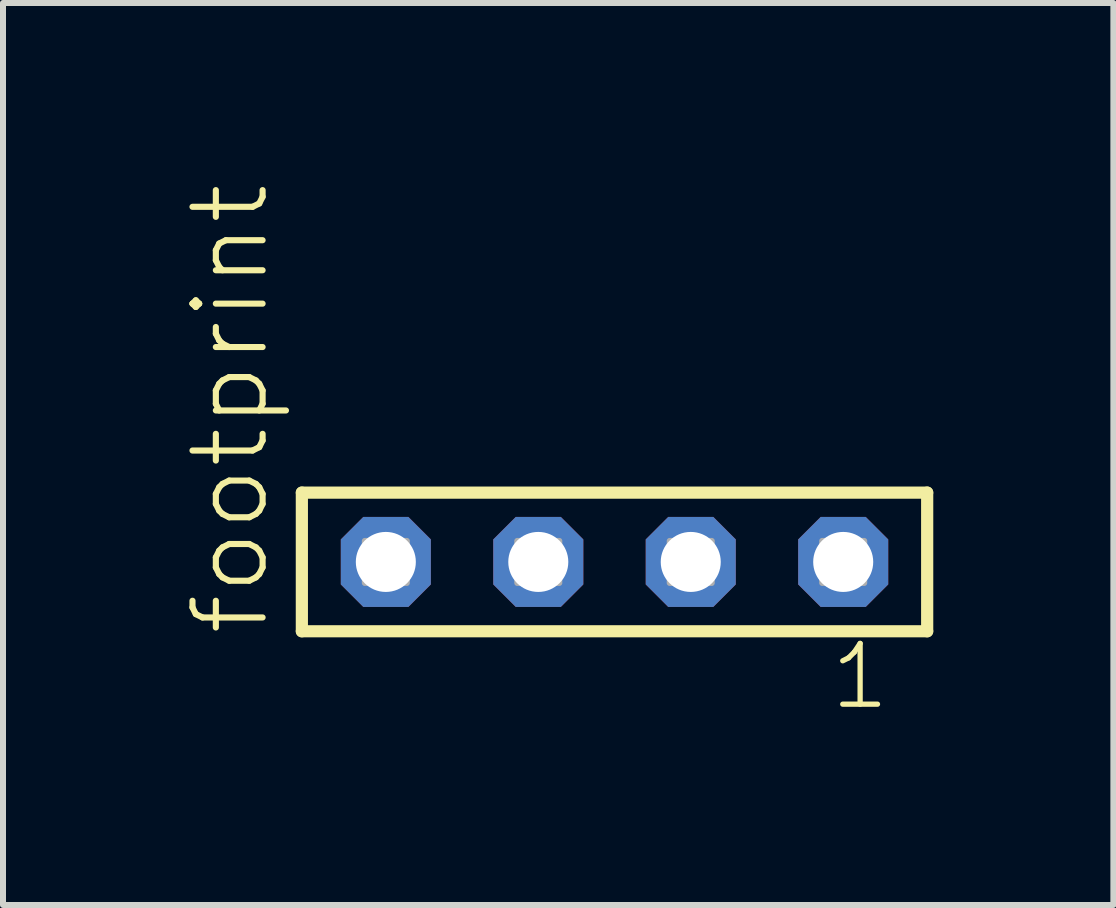
<source format=kicad_pcb>
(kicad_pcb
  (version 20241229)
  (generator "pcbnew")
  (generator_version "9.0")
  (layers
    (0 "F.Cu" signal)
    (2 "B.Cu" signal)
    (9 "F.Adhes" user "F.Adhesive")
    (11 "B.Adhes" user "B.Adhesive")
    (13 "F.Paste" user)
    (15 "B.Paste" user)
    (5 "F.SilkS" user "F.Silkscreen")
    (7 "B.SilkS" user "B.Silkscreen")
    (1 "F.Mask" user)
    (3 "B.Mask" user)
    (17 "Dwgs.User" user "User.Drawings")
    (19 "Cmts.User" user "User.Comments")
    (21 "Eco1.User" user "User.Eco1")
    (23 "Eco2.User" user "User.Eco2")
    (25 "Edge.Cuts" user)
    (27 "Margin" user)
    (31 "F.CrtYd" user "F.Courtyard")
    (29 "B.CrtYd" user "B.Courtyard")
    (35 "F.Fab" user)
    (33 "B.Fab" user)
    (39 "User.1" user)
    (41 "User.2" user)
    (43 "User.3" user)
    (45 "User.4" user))
  (footprint "footprint"
    (layer "F.Cu")
    (at 7.188 6.312)
    (property "Reference" "footprint" (at -5.715 1.27 90) (layer "F.SilkS") (effects (font (size 1.168 1.168) (thickness 0.102)) (justify left bottom)))
    (fp_line (start -5.209 -1.155) (end 5.209 -1.155) (stroke (width 0.203) (type solid)) (layer "F.SilkS"))
    (fp_line (start -5.209 1.155) (end -5.209 -1.155) (stroke (width 0.203) (type solid)) (layer "F.SilkS"))
    (fp_line (start 5.209 -1.155) (end 5.209 1.155) (stroke (width 0.203) (type solid)) (layer "F.SilkS"))
    (fp_line (start 5.209 1.155) (end -5.209 1.155) (stroke (width 0.203) (type solid)) (layer "F.SilkS"))
    (fp_poly (pts (xy -4.16 0.35) (xy -3.46 0.35) (xy -3.46 -0.35) (xy -4.16 -0.35)) (stroke (width 0.1) (type solid)) (fill no) (layer "F.Fab"))
    (fp_poly (pts (xy -1.62 0.35) (xy -0.92 0.35) (xy -0.92 -0.35) (xy -1.62 -0.35)) (stroke (width 0.1) (type solid)) (fill no) (layer "F.Fab"))
    (fp_poly (pts (xy 0.92 0.35) (xy 1.62 0.35) (xy 1.62 -0.35) (xy 0.92 -0.35)) (stroke (width 0.1) (type solid)) (fill no) (layer "F.Fab"))
    (fp_poly (pts (xy 3.46 0.35) (xy 4.16 0.35) (xy 4.16 -0.35) (xy 3.46 -0.35)) (stroke (width 0.1) (type solid)) (fill no) (layer "F.Fab"))
    (fp_text user "1" (at 3.552 2.498 0) (layer "F.SilkS") (effects (font (size 1.012 1.012) (thickness 0.088)) (justify left bottom)))
    (pad "1" thru_hole roundrect (at 3.81 0 180) (size 1.5 1.5) (drill 1) (layers "*.Cu" "*.Mask") (roundrect_rratio 0.25) (chamfer_ratio 0.25) (chamfer top_left top_right bottom_left bottom_right))
    (pad "2" thru_hole roundrect (at 1.27 0 180) (size 1.5 1.5) (drill 1) (layers "*.Cu" "*.Mask") (roundrect_rratio 0.25) (chamfer_ratio 0.25) (chamfer top_left top_right bottom_left bottom_right))
    (pad "3" thru_hole roundrect (at -1.27 0 180) (size 1.5 1.5) (drill 1) (layers "*.Cu" "*.Mask") (roundrect_rratio 0.25) (chamfer_ratio 0.25) (chamfer top_left top_right bottom_left bottom_right))
    (pad "4" thru_hole roundrect (at -3.81 0 180) (size 1.5 1.5) (drill 1) (layers "*.Cu" "*.Mask") (roundrect_rratio 0.25) (chamfer_ratio 0.25) (chamfer top_left top_right bottom_left bottom_right)))
  (gr_rect
    (start -3 -3)
    (end 15.499 12.027)
    (stroke (width 0.1) (type default))
    (fill no)
    (layer "Edge.Cuts")))
</source>
